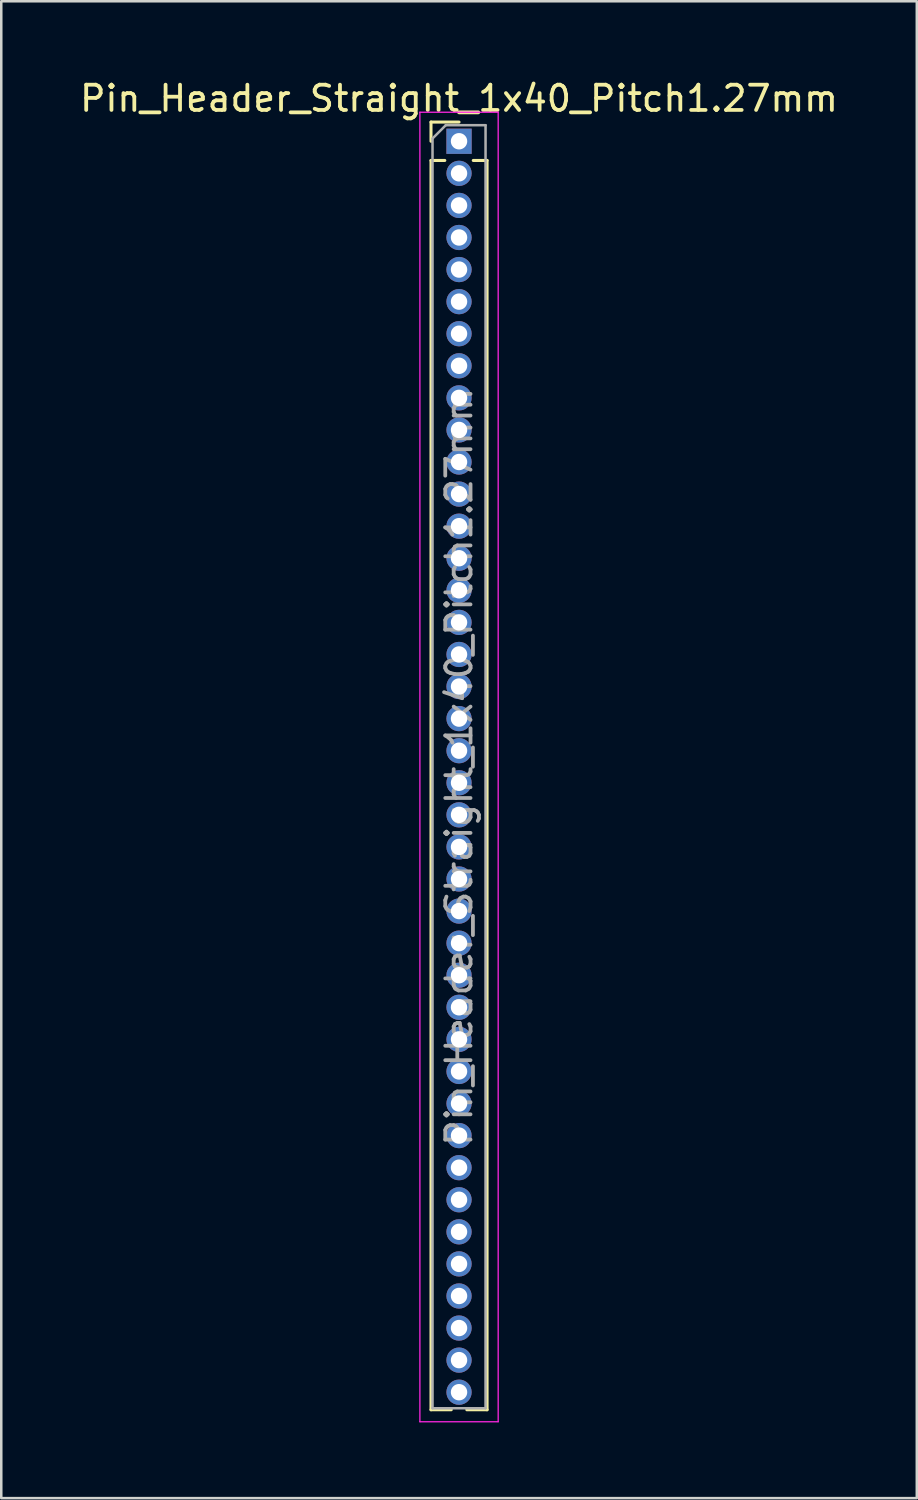
<source format=kicad_pcb>
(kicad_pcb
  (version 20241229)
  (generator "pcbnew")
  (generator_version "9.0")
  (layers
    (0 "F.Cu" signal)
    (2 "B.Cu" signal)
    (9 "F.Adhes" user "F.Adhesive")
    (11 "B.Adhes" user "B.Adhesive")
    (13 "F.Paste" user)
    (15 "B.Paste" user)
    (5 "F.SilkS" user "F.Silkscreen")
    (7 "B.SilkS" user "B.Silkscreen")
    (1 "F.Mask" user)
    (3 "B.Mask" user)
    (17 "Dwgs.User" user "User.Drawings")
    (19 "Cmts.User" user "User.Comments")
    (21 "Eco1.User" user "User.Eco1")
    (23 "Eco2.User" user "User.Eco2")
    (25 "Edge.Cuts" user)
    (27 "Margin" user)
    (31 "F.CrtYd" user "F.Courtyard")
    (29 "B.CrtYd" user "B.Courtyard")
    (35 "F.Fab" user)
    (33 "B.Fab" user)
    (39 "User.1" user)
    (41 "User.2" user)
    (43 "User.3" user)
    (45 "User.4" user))
  (footprint "Pin_Header_Straight_1x40_Pitch1.27mm"
    (layer "F.Cu")
    (at 15.125 2.543)
    (property "Reference" "Pin_Header_Straight_1x40_Pitch1.27mm" (at 0 -1.695 0) (layer "F.SilkS") (effects (font (size 1 1) (thickness 0.15))))
    (attr through_hole)
    (fp_line (start -1.11 -0.76) (end 0 -0.76) (stroke (width 0.12) (type solid)) (layer "F.SilkS"))
    (fp_line (start -1.11 0) (end -1.11 -0.76) (stroke (width 0.12) (type solid)) (layer "F.SilkS"))
    (fp_line (start -1.11 0.76) (end -1.11 50.225) (stroke (width 0.12) (type solid)) (layer "F.SilkS"))
    (fp_line (start -1.11 0.76) (end -0.563 0.76) (stroke (width 0.12) (type solid)) (layer "F.SilkS"))
    (fp_line (start -1.11 50.225) (end -0.308 50.225) (stroke (width 0.12) (type solid)) (layer "F.SilkS"))
    (fp_line (start 0.308 50.225) (end 1.11 50.225) (stroke (width 0.12) (type solid)) (layer "F.SilkS"))
    (fp_line (start 0.563 0.76) (end 1.11 0.76) (stroke (width 0.12) (type solid)) (layer "F.SilkS"))
    (fp_line (start 1.11 0.76) (end 1.11 50.225) (stroke (width 0.12) (type solid)) (layer "F.SilkS"))
    (fp_line (start -1.55 -1.15) (end -1.55 50.7) (stroke (width 0.05) (type solid)) (layer "F.CrtYd"))
    (fp_line (start -1.55 50.7) (end 1.55 50.7) (stroke (width 0.05) (type solid)) (layer "F.CrtYd"))
    (fp_line (start 1.55 -1.15) (end -1.55 -1.15) (stroke (width 0.05) (type solid)) (layer "F.CrtYd"))
    (fp_line (start 1.55 50.7) (end 1.55 -1.15) (stroke (width 0.05) (type solid)) (layer "F.CrtYd"))
    (fp_line (start -1.05 -0.11) (end -0.525 -0.635) (stroke (width 0.1) (type solid)) (layer "F.Fab"))
    (fp_line (start -1.05 50.165) (end -1.05 -0.11) (stroke (width 0.1) (type solid)) (layer "F.Fab"))
    (fp_line (start -0.525 -0.635) (end 1.05 -0.635) (stroke (width 0.1) (type solid)) (layer "F.Fab"))
    (fp_line (start 1.05 -0.635) (end 1.05 50.165) (stroke (width 0.1) (type solid)) (layer "F.Fab"))
    (fp_line (start 1.05 50.165) (end -1.05 50.165) (stroke (width 0.1) (type solid)) (layer "F.Fab"))
    (fp_text user "${REFERENCE}" (at 0 24.765 90) (layer "F.Fab") (effects (font (size 1 1) (thickness 0.15))))
    (pad "1" thru_hole rect (at 0 0) (size 1 1) (drill 0.65) (layers "*.Cu" "*.Mask"))
    (pad "2" thru_hole oval (at 0 1.27) (size 1 1) (drill 0.65) (layers "*.Cu" "*.Mask"))
    (pad "3" thru_hole oval (at 0 2.54) (size 1 1) (drill 0.65) (layers "*.Cu" "*.Mask"))
    (pad "4" thru_hole oval (at 0 3.81) (size 1 1) (drill 0.65) (layers "*.Cu" "*.Mask"))
    (pad "5" thru_hole oval (at 0 5.08) (size 1 1) (drill 0.65) (layers "*.Cu" "*.Mask"))
    (pad "6" thru_hole oval (at 0 6.35) (size 1 1) (drill 0.65) (layers "*.Cu" "*.Mask"))
    (pad "7" thru_hole oval (at 0 7.62) (size 1 1) (drill 0.65) (layers "*.Cu" "*.Mask"))
    (pad "8" thru_hole oval (at 0 8.89) (size 1 1) (drill 0.65) (layers "*.Cu" "*.Mask"))
    (pad "9" thru_hole oval (at 0 10.16) (size 1 1) (drill 0.65) (layers "*.Cu" "*.Mask"))
    (pad "10" thru_hole oval (at 0 11.43) (size 1 1) (drill 0.65) (layers "*.Cu" "*.Mask"))
    (pad "11" thru_hole oval (at 0 12.7) (size 1 1) (drill 0.65) (layers "*.Cu" "*.Mask"))
    (pad "12" thru_hole oval (at 0 13.97) (size 1 1) (drill 0.65) (layers "*.Cu" "*.Mask"))
    (pad "13" thru_hole oval (at 0 15.24) (size 1 1) (drill 0.65) (layers "*.Cu" "*.Mask"))
    (pad "14" thru_hole oval (at 0 16.51) (size 1 1) (drill 0.65) (layers "*.Cu" "*.Mask"))
    (pad "15" thru_hole oval (at 0 17.78) (size 1 1) (drill 0.65) (layers "*.Cu" "*.Mask"))
    (pad "16" thru_hole oval (at 0 19.05) (size 1 1) (drill 0.65) (layers "*.Cu" "*.Mask"))
    (pad "17" thru_hole oval (at 0 20.32) (size 1 1) (drill 0.65) (layers "*.Cu" "*.Mask"))
    (pad "18" thru_hole oval (at 0 21.59) (size 1 1) (drill 0.65) (layers "*.Cu" "*.Mask"))
    (pad "19" thru_hole oval (at 0 22.86) (size 1 1) (drill 0.65) (layers "*.Cu" "*.Mask"))
    (pad "20" thru_hole oval (at 0 24.13) (size 1 1) (drill 0.65) (layers "*.Cu" "*.Mask"))
    (pad "21" thru_hole oval (at 0 25.4) (size 1 1) (drill 0.65) (layers "*.Cu" "*.Mask"))
    (pad "22" thru_hole oval (at 0 26.67) (size 1 1) (drill 0.65) (layers "*.Cu" "*.Mask"))
    (pad "23" thru_hole oval (at 0 27.94) (size 1 1) (drill 0.65) (layers "*.Cu" "*.Mask"))
    (pad "24" thru_hole oval (at 0 29.21) (size 1 1) (drill 0.65) (layers "*.Cu" "*.Mask"))
    (pad "25" thru_hole oval (at 0 30.48) (size 1 1) (drill 0.65) (layers "*.Cu" "*.Mask"))
    (pad "26" thru_hole oval (at 0 31.75) (size 1 1) (drill 0.65) (layers "*.Cu" "*.Mask"))
    (pad "27" thru_hole oval (at 0 33.02) (size 1 1) (drill 0.65) (layers "*.Cu" "*.Mask"))
    (pad "28" thru_hole oval (at 0 34.29) (size 1 1) (drill 0.65) (layers "*.Cu" "*.Mask"))
    (pad "29" thru_hole oval (at 0 35.56) (size 1 1) (drill 0.65) (layers "*.Cu" "*.Mask"))
    (pad "30" thru_hole oval (at 0 36.83) (size 1 1) (drill 0.65) (layers "*.Cu" "*.Mask"))
    (pad "31" thru_hole oval (at 0 38.1) (size 1 1) (drill 0.65) (layers "*.Cu" "*.Mask"))
    (pad "32" thru_hole oval (at 0 39.37) (size 1 1) (drill 0.65) (layers "*.Cu" "*.Mask"))
    (pad "33" thru_hole oval (at 0 40.64) (size 1 1) (drill 0.65) (layers "*.Cu" "*.Mask"))
    (pad "34" thru_hole oval (at 0 41.91) (size 1 1) (drill 0.65) (layers "*.Cu" "*.Mask"))
    (pad "35" thru_hole oval (at 0 43.18) (size 1 1) (drill 0.65) (layers "*.Cu" "*.Mask"))
    (pad "36" thru_hole oval (at 0 44.45) (size 1 1) (drill 0.65) (layers "*.Cu" "*.Mask"))
    (pad "37" thru_hole oval (at 0 45.72) (size 1 1) (drill 0.65) (layers "*.Cu" "*.Mask"))
    (pad "38" thru_hole oval (at 0 46.99) (size 1 1) (drill 0.65) (layers "*.Cu" "*.Mask"))
    (pad "39" thru_hole oval (at 0 48.26) (size 1 1) (drill 0.65) (layers "*.Cu" "*.Mask"))
    (pad "40" thru_hole oval (at 0 49.53) (size 1 1) (drill 0.65) (layers "*.Cu" "*.Mask")))
  (gr_rect
    (start -3 -3)
    (end 33.25 56.268)
    (stroke (width 0.1) (type default))
    (fill no)
    (layer "Edge.Cuts")))
</source>
